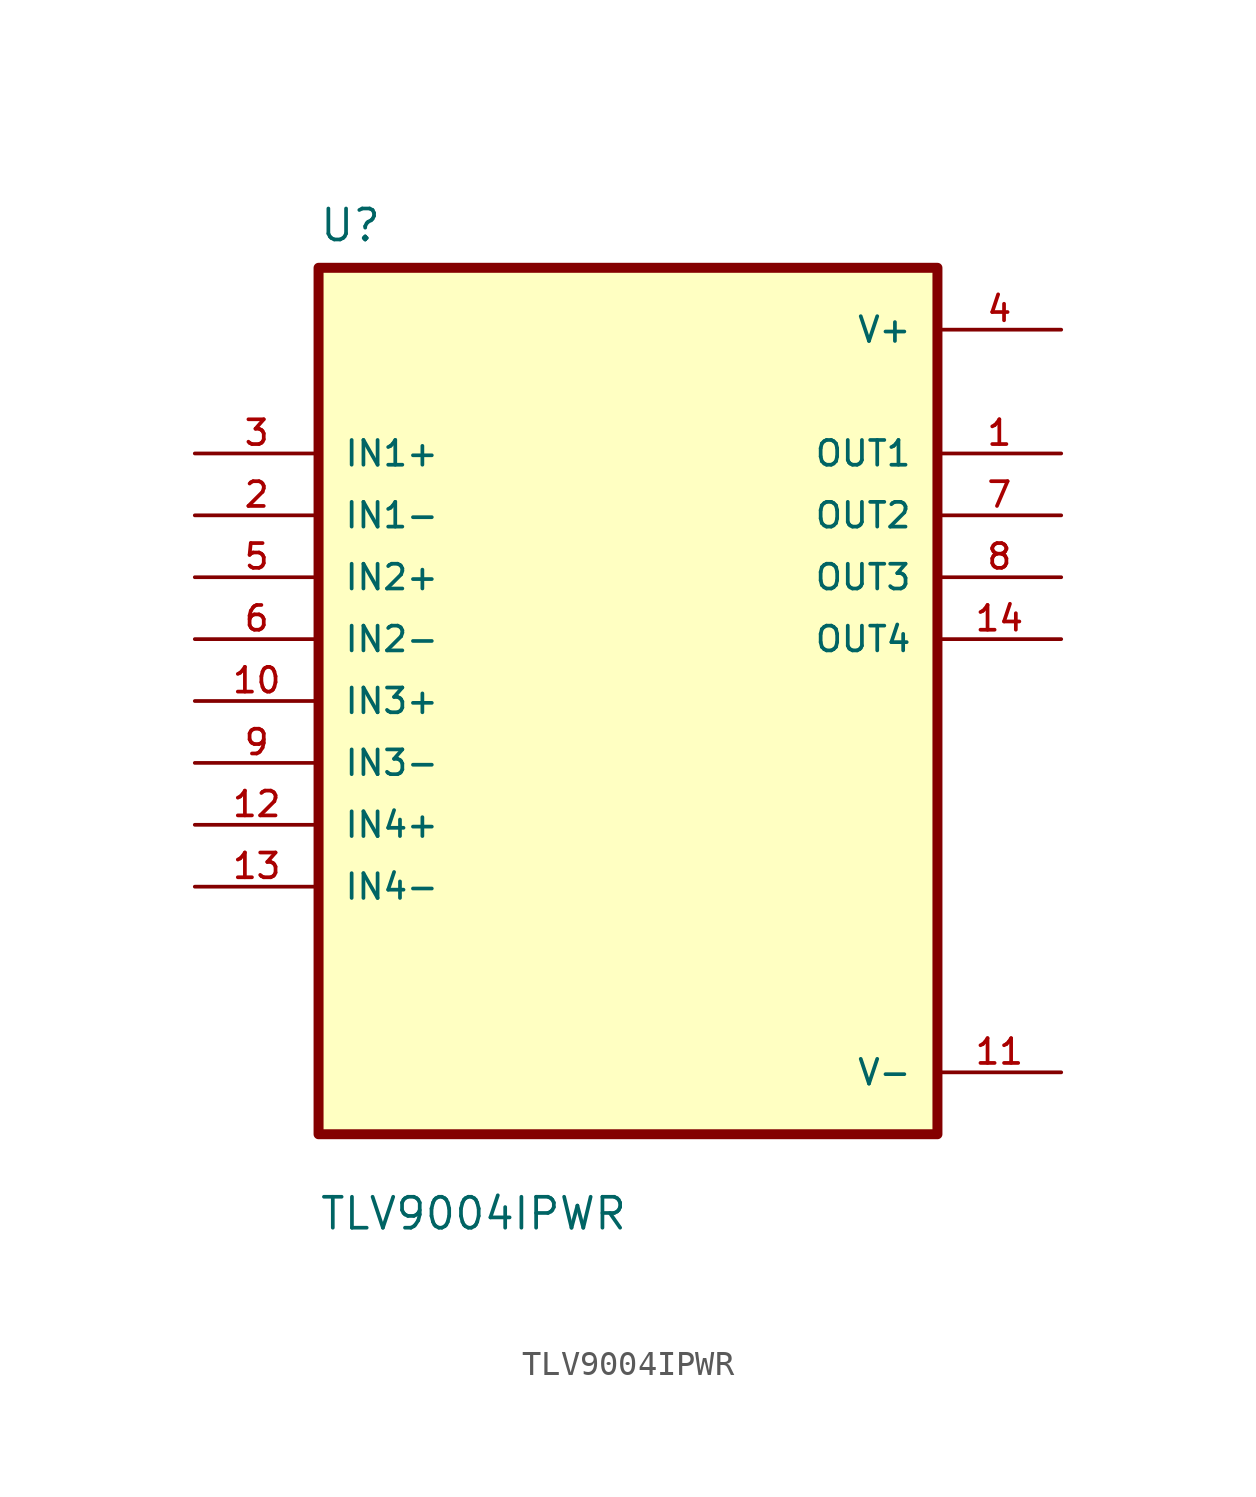
<source format=kicad_sym>
(kicad_symbol_lib
  (version 20211014)
  (generator kicad_symbol_editor)
  (symbol "TLV9004IPWR"
    (pin_names
      (offset 1.016))
    (property "Reference" "U"
      (at -12.7 18.78 0.0)
      (effects (font (size 1.27 1.27)) (justify bottom left)))
    (property "Value" "TLV9004IPWR"
      (at -12.7 -21.78 0.0)
      (effects (font (size 1.27 1.27)) (justify bottom left)))
    (symbol "TLV9004IPWR_0_0"
      (rectangle (start -12.7 -17.78) (end 12.7 17.78) (stroke (width 0.41)) (fill (type background)))
      (pin input line (at -17.78 10.16 0) (length 5.08) (name "IN1+" (effects (font (size 1.016 1.016)))) (number "3" (effects (font (size 1.016 1.016)))))
      (pin input line (at -17.78 7.62 0) (length 5.08) (name "IN1-" (effects (font (size 1.016 1.016)))) (number "2" (effects (font (size 1.016 1.016)))))
      (pin input line (at -17.78 5.08 0) (length 5.08) (name "IN2+" (effects (font (size 1.016 1.016)))) (number "5" (effects (font (size 1.016 1.016)))))
      (pin input line (at -17.78 2.54 0) (length 5.08) (name "IN2-" (effects (font (size 1.016 1.016)))) (number "6" (effects (font (size 1.016 1.016)))))
      (pin input line (at -17.78 0.0 0) (length 5.08) (name "IN3+" (effects (font (size 1.016 1.016)))) (number "10" (effects (font (size 1.016 1.016)))))
      (pin input line (at -17.78 -2.54 0) (length 5.08) (name "IN3-" (effects (font (size 1.016 1.016)))) (number "9" (effects (font (size 1.016 1.016)))))
      (pin input line (at -17.78 -5.08 0) (length 5.08) (name "IN4+" (effects (font (size 1.016 1.016)))) (number "12" (effects (font (size 1.016 1.016)))))
      (pin input line (at -17.78 -7.62 0) (length 5.08) (name "IN4-" (effects (font (size 1.016 1.016)))) (number "13" (effects (font (size 1.016 1.016)))))
      (pin power_in line (at 17.78 15.24 180.0) (length 5.08) (name "V+" (effects (font (size 1.016 1.016)))) (number "4" (effects (font (size 1.016 1.016)))))
      (pin output line (at 17.78 10.16 180.0) (length 5.08) (name "OUT1" (effects (font (size 1.016 1.016)))) (number "1" (effects (font (size 1.016 1.016)))))
      (pin output line (at 17.78 7.62 180.0) (length 5.08) (name "OUT2" (effects (font (size 1.016 1.016)))) (number "7" (effects (font (size 1.016 1.016)))))
      (pin output line (at 17.78 5.08 180.0) (length 5.08) (name "OUT3" (effects (font (size 1.016 1.016)))) (number "8" (effects (font (size 1.016 1.016)))))
      (pin output line (at 17.78 2.54 180.0) (length 5.08) (name "OUT4" (effects (font (size 1.016 1.016)))) (number "14" (effects (font (size 1.016 1.016)))))
      (pin power_in line (at 17.78 -15.24 180.0) (length 5.08) (name "V-" (effects (font (size 1.016 1.016)))) (number "11" (effects (font (size 1.016 1.016))))))))
</source>
